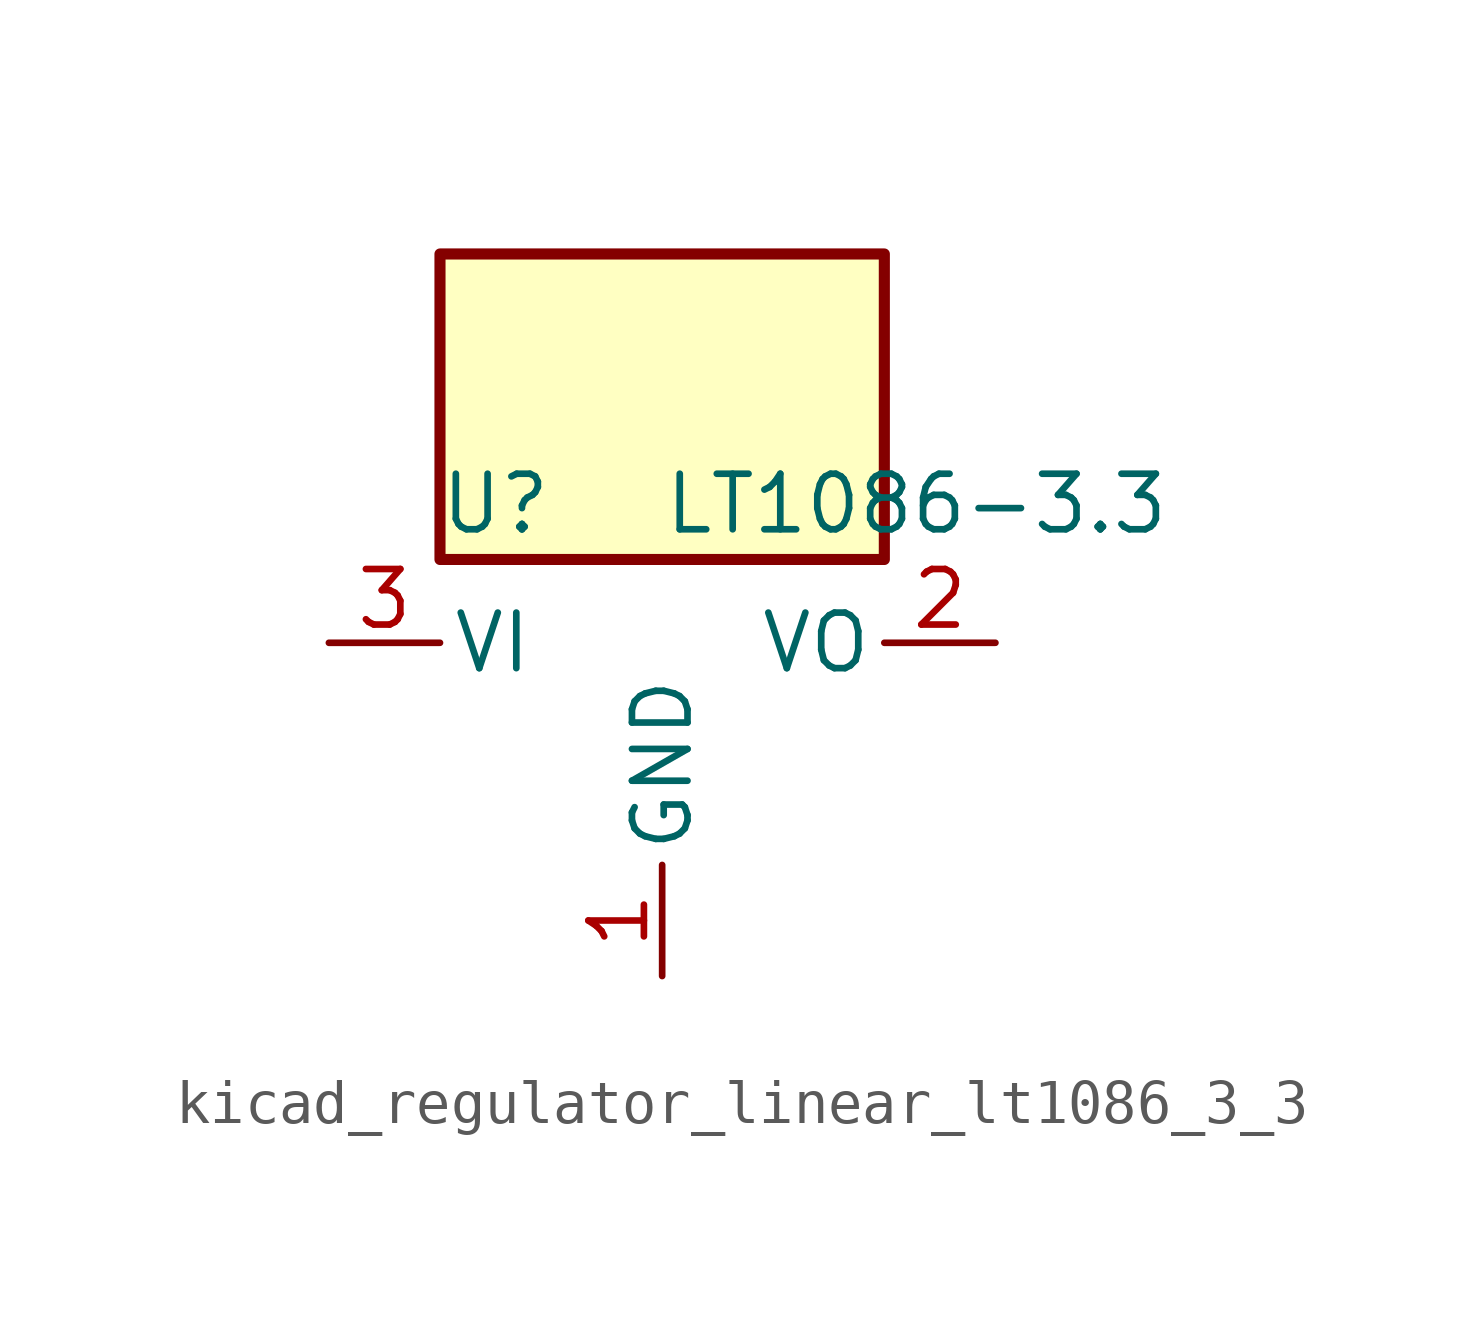
<source format=kicad_sym>
(kicad_symbol_lib
  (version 20220914)
  (generator kicad_symbol_editor)
  (symbol "kicad_regulator_linear_lt1086_3_3"
    (pin_names
      (offset 0.254))
    (property "Reference" "U"
      (at -3.81 3.175 0)
      (effects (font (size 1.27 1.27))))
    (property "Value" "LT1086-3.3"
      (at 0 3.175 0)
      (effects (font (size 1.27 1.27)) (justify left)))
    (symbol "kicad_regulator_linear_lt1086_3_3_0_1"
      (rectangle (start 5.08 8.89) (end -5.08 1.905) (stroke (width 0.254) (type default)) (fill (type background))))
    (symbol "kicad_regulator_linear_lt1086_3_3_1_1"
      (pin power_in line (at 0 -7.62 90) (length 2.54) (name "GND" (effects (font (size 1.27 1.27)))) (number "1" (effects (font (size 1.27 1.27)))))
      (pin power_out line (at 7.62 0 180) (length 2.54) (name "VO" (effects (font (size 1.27 1.27)))) (number "2" (effects (font (size 1.27 1.27)))))
      (pin power_in line (at -7.62 0 0) (length 2.54) (name "VI" (effects (font (size 1.27 1.27)))) (number "3" (effects (font (size 1.27 1.27))))))))
</source>
